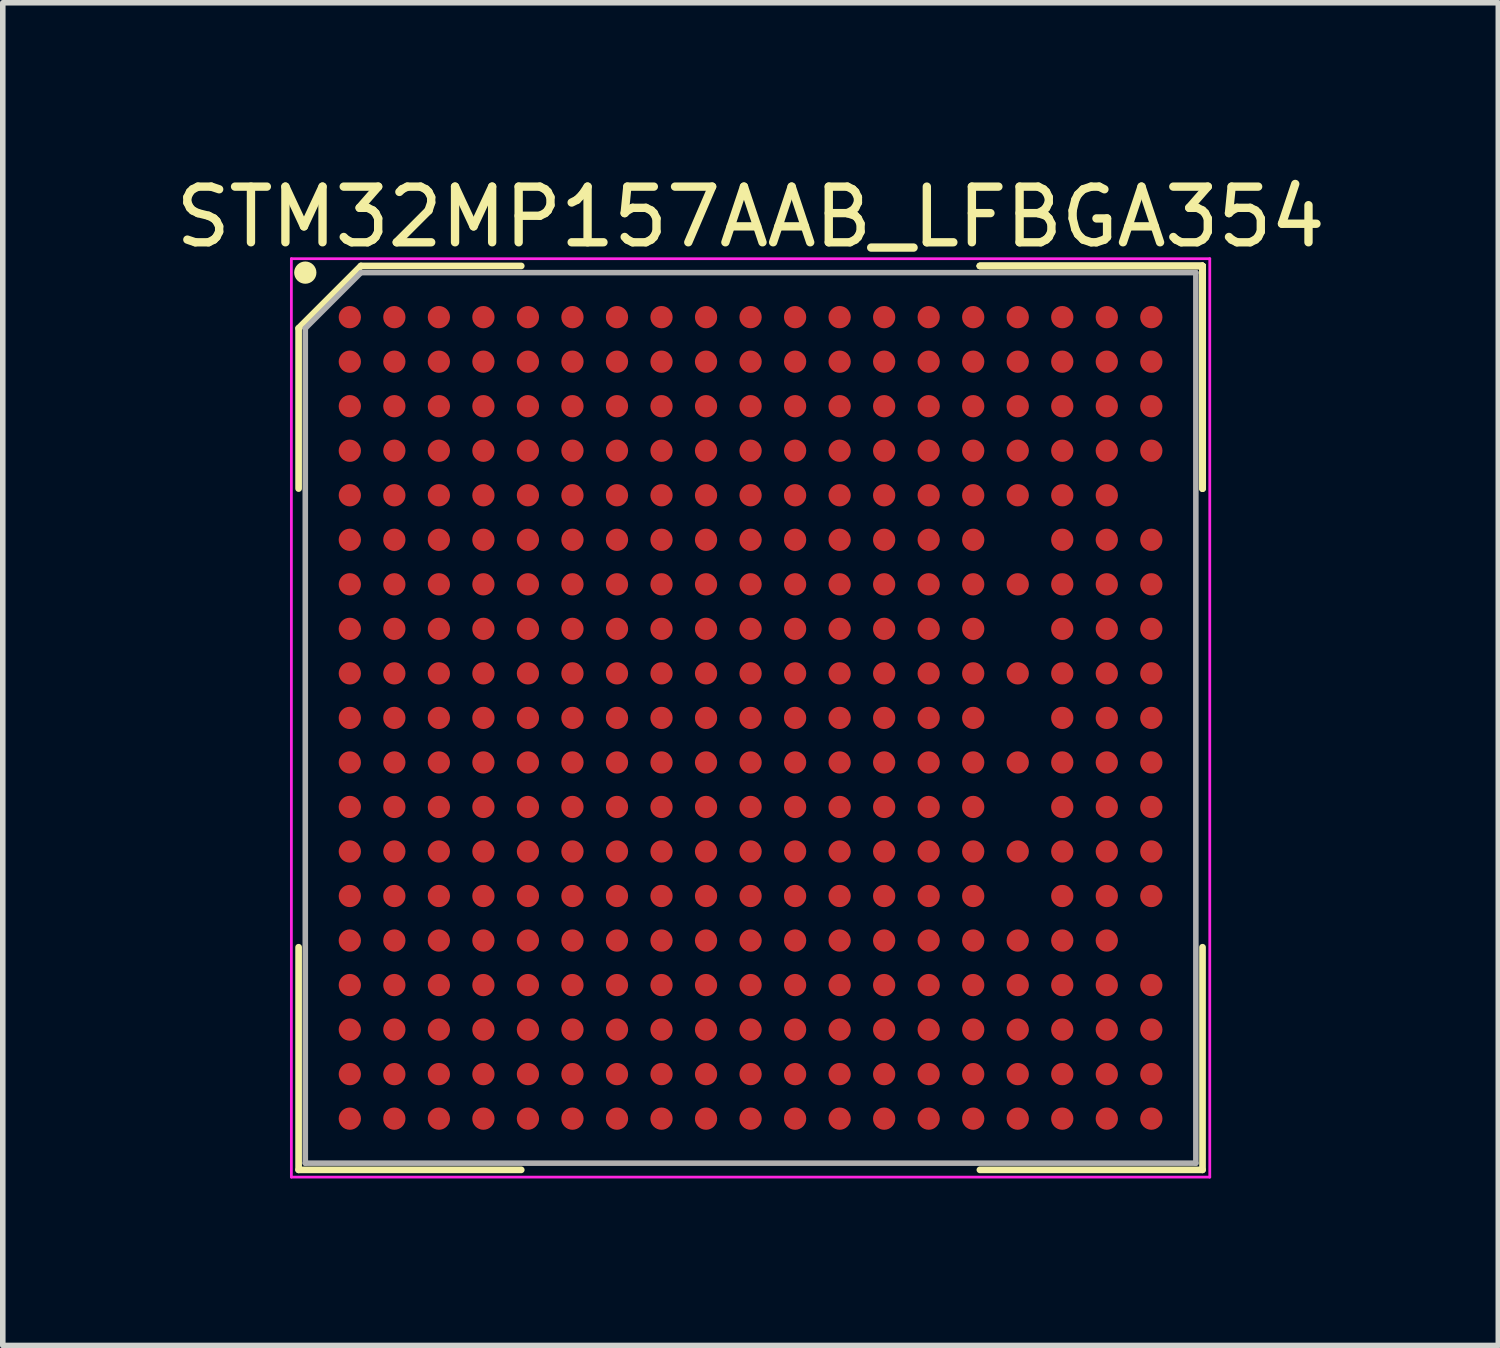
<source format=kicad_pcb>
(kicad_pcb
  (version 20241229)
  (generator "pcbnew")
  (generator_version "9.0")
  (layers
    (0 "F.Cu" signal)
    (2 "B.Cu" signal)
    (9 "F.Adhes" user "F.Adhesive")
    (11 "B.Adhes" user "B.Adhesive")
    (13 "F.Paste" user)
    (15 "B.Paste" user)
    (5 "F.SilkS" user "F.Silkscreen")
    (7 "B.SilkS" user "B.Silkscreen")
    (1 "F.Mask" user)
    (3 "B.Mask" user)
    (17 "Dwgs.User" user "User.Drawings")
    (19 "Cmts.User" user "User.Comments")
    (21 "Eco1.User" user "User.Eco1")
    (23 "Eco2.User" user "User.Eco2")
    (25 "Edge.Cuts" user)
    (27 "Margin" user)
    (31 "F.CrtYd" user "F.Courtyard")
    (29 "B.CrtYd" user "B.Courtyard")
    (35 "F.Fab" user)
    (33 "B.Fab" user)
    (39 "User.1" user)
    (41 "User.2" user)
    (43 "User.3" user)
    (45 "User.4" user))
  (footprint "STM32MP157AAB_LFBGA354"
    (layer "F.Cu")
    (at 10.435 9.848)
    (property "Reference" "STM32MP157AAB_LFBGA354" (at 0 -9 0) (layer "F.SilkS") (effects (font (size 1 1) (thickness 0.15))))
    (attr through_hole)
    (fp_line (start -8.12 -7) (end -8.12 -4.12) (stroke (width 0.12) (type default)) (layer "F.SilkS"))
    (fp_line (start -8.12 8.12) (end -8.12 4.12) (stroke (width 0.12) (type default)) (layer "F.SilkS"))
    (fp_line (start -7 -8.12) (end -8.12 -7) (stroke (width 0.12) (type default)) (layer "F.SilkS"))
    (fp_line (start -4.12 -8.12) (end -7 -8.12) (stroke (width 0.12) (type default)) (layer "F.SilkS"))
    (fp_line (start -4.12 8.12) (end -8.12 8.12) (stroke (width 0.12) (type default)) (layer "F.SilkS"))
    (fp_line (start 4.12 -8.12) (end 8.12 -8.12) (stroke (width 0.12) (type default)) (layer "F.SilkS"))
    (fp_line (start 4.12 -8.12) (end 8.12 -8.12) (stroke (width 0.12) (type default)) (layer "F.SilkS"))
    (fp_line (start 4.12 -8.12) (end 8.12 -8.12) (stroke (width 0.12) (type default)) (layer "F.SilkS"))
    (fp_line (start 4.12 8.12) (end 8.12 8.12) (stroke (width 0.12) (type default)) (layer "F.SilkS"))
    (fp_line (start 8.12 -8.12) (end 8.12 -4.12) (stroke (width 0.12) (type default)) (layer "F.SilkS"))
    (fp_line (start 8.12 -8.12) (end 8.12 -4.12) (stroke (width 0.12) (type default)) (layer "F.SilkS"))
    (fp_line (start 8.12 -8.12) (end 8.12 -4.12) (stroke (width 0.12) (type default)) (layer "F.SilkS"))
    (fp_line (start 8.12 8.12) (end 8.12 4.12) (stroke (width 0.12) (type default)) (layer "F.SilkS"))
    (fp_circle (center -8 -8) (end -8 -7.9) (stroke (width 0.2) (type default)) (fill no) (layer "F.SilkS"))
    (fp_line (start -8.25 -8.25) (end 8.25 -8.25) (stroke (width 0.05) (type default)) (layer "F.CrtYd"))
    (fp_line (start -8.25 8.25) (end -8.25 -8.25) (stroke (width 0.05) (type default)) (layer "F.CrtYd"))
    (fp_line (start 8.25 -8.25) (end 8.25 8.25) (stroke (width 0.05) (type default)) (layer "F.CrtYd"))
    (fp_line (start 8.25 8.25) (end -8.25 8.25) (stroke (width 0.05) (type default)) (layer "F.CrtYd"))
    (fp_line (start -8 -7) (end -8 8) (stroke (width 0.1) (type default)) (layer "F.Fab"))
    (fp_line (start -8 8) (end 8 8) (stroke (width 0.1) (type default)) (layer "F.Fab"))
    (fp_line (start -7 -8) (end -8 -7) (stroke (width 0.1) (type default)) (layer "F.Fab"))
    (fp_line (start 8 -8) (end -7 -8) (stroke (width 0.1) (type default)) (layer "F.Fab"))
    (fp_line (start 8 8) (end 8 -8) (stroke (width 0.1) (type default)) (layer "F.Fab"))
    (pad "A1" smd circle (at -7.2 -7.2) (size 0.4 0.4) (layers "F.Cu" "F.Mask" "F.Paste"))
    (pad "A2" smd circle (at -6.4 -7.2) (size 0.4 0.4) (layers "F.Cu" "F.Mask" "F.Paste"))
    (pad "A3" smd circle (at -5.6 -7.2) (size 0.4 0.4) (layers "F.Cu" "F.Mask" "F.Paste"))
    (pad "A4" smd circle (at -4.8 -7.2) (size 0.4 0.4) (layers "F.Cu" "F.Mask" "F.Paste"))
    (pad "A5" smd circle (at -4 -7.2) (size 0.4 0.4) (layers "F.Cu" "F.Mask" "F.Paste"))
    (pad "A6" smd circle (at -3.2 -7.2) (size 0.4 0.4) (layers "F.Cu" "F.Mask" "F.Paste"))
    (pad "A7" smd circle (at -2.4 -7.2) (size 0.4 0.4) (layers "F.Cu" "F.Mask" "F.Paste"))
    (pad "A8" smd circle (at -1.6 -7.2) (size 0.4 0.4) (layers "F.Cu" "F.Mask" "F.Paste"))
    (pad "A9" smd circle (at -0.8 -7.2) (size 0.4 0.4) (layers "F.Cu" "F.Mask" "F.Paste"))
    (pad "A10" smd circle (at 0 -7.2) (size 0.4 0.4) (layers "F.Cu" "F.Mask" "F.Paste"))
    (pad "A11" smd circle (at 0.8 -7.2) (size 0.4 0.4) (layers "F.Cu" "F.Mask" "F.Paste"))
    (pad "A12" smd circle (at 1.6 -7.2) (size 0.4 0.4) (layers "F.Cu" "F.Mask" "F.Paste"))
    (pad "A13" smd circle (at 2.4 -7.2) (size 0.4 0.4) (layers "F.Cu" "F.Mask" "F.Paste"))
    (pad "A14" smd circle (at 3.2 -7.2) (size 0.4 0.4) (layers "F.Cu" "F.Mask" "F.Paste"))
    (pad "A15" smd circle (at 4 -7.2) (size 0.4 0.4) (layers "F.Cu" "F.Mask" "F.Paste"))
    (pad "A16" smd circle (at 4.8 -7.2) (size 0.4 0.4) (layers "F.Cu" "F.Mask" "F.Paste"))
    (pad "A17" smd circle (at 5.6 -7.2) (size 0.4 0.4) (layers "F.Cu" "F.Mask" "F.Paste"))
    (pad "A18" smd circle (at 6.4 -7.2) (size 0.4 0.4) (layers "F.Cu" "F.Mask" "F.Paste"))
    (pad "A19" smd circle (at 7.2 -7.2) (size 0.4 0.4) (layers "F.Cu" "F.Mask" "F.Paste"))
    (pad "B1" smd circle (at -7.2 -6.4) (size 0.4 0.4) (layers "F.Cu" "F.Mask" "F.Paste"))
    (pad "B2" smd circle (at -6.4 -6.4) (size 0.4 0.4) (layers "F.Cu" "F.Mask" "F.Paste"))
    (pad "B3" smd circle (at -5.6 -6.4) (size 0.4 0.4) (layers "F.Cu" "F.Mask" "F.Paste"))
    (pad "B4" smd circle (at -4.8 -6.4) (size 0.4 0.4) (layers "F.Cu" "F.Mask" "F.Paste"))
    (pad "B5" smd circle (at -4 -6.4) (size 0.4 0.4) (layers "F.Cu" "F.Mask" "F.Paste"))
    (pad "B6" smd circle (at -3.2 -6.4) (size 0.4 0.4) (layers "F.Cu" "F.Mask" "F.Paste"))
    (pad "B7" smd circle (at -2.4 -6.4) (size 0.4 0.4) (layers "F.Cu" "F.Mask" "F.Paste"))
    (pad "B8" smd circle (at -1.6 -6.4) (size 0.4 0.4) (layers "F.Cu" "F.Mask" "F.Paste"))
    (pad "B9" smd circle (at -0.8 -6.4) (size 0.4 0.4) (layers "F.Cu" "F.Mask" "F.Paste"))
    (pad "B10" smd circle (at 0 -6.4) (size 0.4 0.4) (layers "F.Cu" "F.Mask" "F.Paste"))
    (pad "B11" smd circle (at 0.8 -6.4) (size 0.4 0.4) (layers "F.Cu" "F.Mask" "F.Paste"))
    (pad "B12" smd circle (at 1.6 -6.4) (size 0.4 0.4) (layers "F.Cu" "F.Mask" "F.Paste"))
    (pad "B13" smd circle (at 2.4 -6.4) (size 0.4 0.4) (layers "F.Cu" "F.Mask" "F.Paste"))
    (pad "B14" smd circle (at 3.2 -6.4) (size 0.4 0.4) (layers "F.Cu" "F.Mask" "F.Paste"))
    (pad "B15" smd circle (at 4 -6.4) (size 0.4 0.4) (layers "F.Cu" "F.Mask" "F.Paste"))
    (pad "B16" smd circle (at 4.8 -6.4) (size 0.4 0.4) (layers "F.Cu" "F.Mask" "F.Paste"))
    (pad "B17" smd circle (at 5.6 -6.4) (size 0.4 0.4) (layers "F.Cu" "F.Mask" "F.Paste"))
    (pad "B18" smd circle (at 6.4 -6.4) (size 0.4 0.4) (layers "F.Cu" "F.Mask" "F.Paste"))
    (pad "B19" smd circle (at 7.2 -6.4) (size 0.4 0.4) (layers "F.Cu" "F.Mask" "F.Paste"))
    (pad "C1" smd circle (at -7.2 -5.6) (size 0.4 0.4) (layers "F.Cu" "F.Mask" "F.Paste"))
    (pad "C2" smd circle (at -6.4 -5.6) (size 0.4 0.4) (layers "F.Cu" "F.Mask" "F.Paste"))
    (pad "C3" smd circle (at -5.6 -5.6) (size 0.4 0.4) (layers "F.Cu" "F.Mask" "F.Paste"))
    (pad "C4" smd circle (at -4.8 -5.6) (size 0.4 0.4) (layers "F.Cu" "F.Mask" "F.Paste"))
    (pad "C5" smd circle (at -4 -5.6) (size 0.4 0.4) (layers "F.Cu" "F.Mask" "F.Paste"))
    (pad "C6" smd circle (at -3.2 -5.6) (size 0.4 0.4) (layers "F.Cu" "F.Mask" "F.Paste"))
    (pad "C7" smd circle (at -2.4 -5.6) (size 0.4 0.4) (layers "F.Cu" "F.Mask" "F.Paste"))
    (pad "C8" smd circle (at -1.6 -5.6) (size 0.4 0.4) (layers "F.Cu" "F.Mask" "F.Paste"))
    (pad "C9" smd circle (at -0.8 -5.6) (size 0.4 0.4) (layers "F.Cu" "F.Mask" "F.Paste"))
    (pad "C10" smd circle (at 0 -5.6) (size 0.4 0.4) (layers "F.Cu" "F.Mask" "F.Paste"))
    (pad "C11" smd circle (at 0.8 -5.6) (size 0.4 0.4) (layers "F.Cu" "F.Mask" "F.Paste"))
    (pad "C12" smd circle (at 1.6 -5.6) (size 0.4 0.4) (layers "F.Cu" "F.Mask" "F.Paste"))
    (pad "C13" smd circle (at 2.4 -5.6) (size 0.4 0.4) (layers "F.Cu" "F.Mask" "F.Paste"))
    (pad "C14" smd circle (at 3.2 -5.6) (size 0.4 0.4) (layers "F.Cu" "F.Mask" "F.Paste"))
    (pad "C15" smd circle (at 4 -5.6) (size 0.4 0.4) (layers "F.Cu" "F.Mask" "F.Paste"))
    (pad "C16" smd circle (at 4.8 -5.6) (size 0.4 0.4) (layers "F.Cu" "F.Mask" "F.Paste"))
    (pad "C17" smd circle (at 5.6 -5.6) (size 0.4 0.4) (layers "F.Cu" "F.Mask" "F.Paste"))
    (pad "C18" smd circle (at 6.4 -5.6) (size 0.4 0.4) (layers "F.Cu" "F.Mask" "F.Paste"))
    (pad "C19" smd circle (at 7.2 -5.6) (size 0.4 0.4) (layers "F.Cu" "F.Mask" "F.Paste"))
    (pad "D1" smd circle (at -7.2 -4.8) (size 0.4 0.4) (layers "F.Cu" "F.Mask" "F.Paste"))
    (pad "D2" smd circle (at -6.4 -4.8) (size 0.4 0.4) (layers "F.Cu" "F.Mask" "F.Paste"))
    (pad "D3" smd circle (at -5.6 -4.8) (size 0.4 0.4) (layers "F.Cu" "F.Mask" "F.Paste"))
    (pad "D4" smd circle (at -4.8 -4.8) (size 0.4 0.4) (layers "F.Cu" "F.Mask" "F.Paste"))
    (pad "D5" smd circle (at -4 -4.8) (size 0.4 0.4) (layers "F.Cu" "F.Mask" "F.Paste"))
    (pad "D6" smd circle (at -3.2 -4.8) (size 0.4 0.4) (layers "F.Cu" "F.Mask" "F.Paste"))
    (pad "D7" smd circle (at -2.4 -4.8) (size 0.4 0.4) (layers "F.Cu" "F.Mask" "F.Paste"))
    (pad "D8" smd circle (at -1.6 -4.8) (size 0.4 0.4) (layers "F.Cu" "F.Mask" "F.Paste"))
    (pad "D9" smd circle (at -0.8 -4.8) (size 0.4 0.4) (layers "F.Cu" "F.Mask" "F.Paste"))
    (pad "D10" smd circle (at 0 -4.8) (size 0.4 0.4) (layers "F.Cu" "F.Mask" "F.Paste"))
    (pad "D11" smd circle (at 0.8 -4.8) (size 0.4 0.4) (layers "F.Cu" "F.Mask" "F.Paste"))
    (pad "D12" smd circle (at 1.6 -4.8) (size 0.4 0.4) (layers "F.Cu" "F.Mask" "F.Paste"))
    (pad "D13" smd circle (at 2.4 -4.8) (size 0.4 0.4) (layers "F.Cu" "F.Mask" "F.Paste"))
    (pad "D14" smd circle (at 3.2 -4.8) (size 0.4 0.4) (layers "F.Cu" "F.Mask" "F.Paste"))
    (pad "D15" smd circle (at 4 -4.8) (size 0.4 0.4) (layers "F.Cu" "F.Mask" "F.Paste"))
    (pad "D16" smd circle (at 4.8 -4.8) (size 0.4 0.4) (layers "F.Cu" "F.Mask" "F.Paste"))
    (pad "D17" smd circle (at 5.6 -4.8) (size 0.4 0.4) (layers "F.Cu" "F.Mask" "F.Paste"))
    (pad "D18" smd circle (at 6.4 -4.8) (size 0.4 0.4) (layers "F.Cu" "F.Mask" "F.Paste"))
    (pad "D19" smd circle (at 7.2 -4.8) (size 0.4 0.4) (layers "F.Cu" "F.Mask" "F.Paste"))
    (pad "E1" smd circle (at -7.2 -4) (size 0.4 0.4) (layers "F.Cu" "F.Mask" "F.Paste"))
    (pad "E2" smd circle (at -6.4 -4) (size 0.4 0.4) (layers "F.Cu" "F.Mask" "F.Paste"))
    (pad "E3" smd circle (at -5.6 -4) (size 0.4 0.4) (layers "F.Cu" "F.Mask" "F.Paste"))
    (pad "E4" smd circle (at -4.8 -4) (size 0.4 0.4) (layers "F.Cu" "F.Mask" "F.Paste"))
    (pad "E5" smd circle (at -4 -4) (size 0.4 0.4) (layers "F.Cu" "F.Mask" "F.Paste"))
    (pad "E6" smd circle (at -3.2 -4) (size 0.4 0.4) (layers "F.Cu" "F.Mask" "F.Paste"))
    (pad "E7" smd circle (at -2.4 -4) (size 0.4 0.4) (layers "F.Cu" "F.Mask" "F.Paste"))
    (pad "E8" smd circle (at -1.6 -4) (size 0.4 0.4) (layers "F.Cu" "F.Mask" "F.Paste"))
    (pad "E9" smd circle (at -0.8 -4) (size 0.4 0.4) (layers "F.Cu" "F.Mask" "F.Paste"))
    (pad "E10" smd circle (at 0 -4) (size 0.4 0.4) (layers "F.Cu" "F.Mask" "F.Paste"))
    (pad "E11" smd circle (at 0.8 -4) (size 0.4 0.4) (layers "F.Cu" "F.Mask" "F.Paste"))
    (pad "E12" smd circle (at 1.6 -4) (size 0.4 0.4) (layers "F.Cu" "F.Mask" "F.Paste"))
    (pad "E13" smd circle (at 2.4 -4) (size 0.4 0.4) (layers "F.Cu" "F.Mask" "F.Paste"))
    (pad "E14" smd circle (at 3.2 -4) (size 0.4 0.4) (layers "F.Cu" "F.Mask" "F.Paste"))
    (pad "E15" smd circle (at 4 -4) (size 0.4 0.4) (layers "F.Cu" "F.Mask" "F.Paste"))
    (pad "E16" smd circle (at 4.8 -4) (size 0.4 0.4) (layers "F.Cu" "F.Mask" "F.Paste"))
    (pad "E17" smd circle (at 5.6 -4) (size 0.4 0.4) (layers "F.Cu" "F.Mask" "F.Paste"))
    (pad "E18" smd circle (at 6.4 -4) (size 0.4 0.4) (layers "F.Cu" "F.Mask" "F.Paste"))
    (pad "F1" smd circle (at -7.2 -3.2) (size 0.4 0.4) (layers "F.Cu" "F.Mask" "F.Paste"))
    (pad "F2" smd circle (at -6.4 -3.2) (size 0.4 0.4) (layers "F.Cu" "F.Mask" "F.Paste"))
    (pad "F3" smd circle (at -5.6 -3.2) (size 0.4 0.4) (layers "F.Cu" "F.Mask" "F.Paste"))
    (pad "F4" smd circle (at -4.8 -3.2) (size 0.4 0.4) (layers "F.Cu" "F.Mask" "F.Paste"))
    (pad "F5" smd circle (at -4 -3.2) (size 0.4 0.4) (layers "F.Cu" "F.Mask" "F.Paste"))
    (pad "F6" smd circle (at -3.2 -3.2) (size 0.4 0.4) (layers "F.Cu" "F.Mask" "F.Paste"))
    (pad "F7" smd circle (at -2.4 -3.2) (size 0.4 0.4) (layers "F.Cu" "F.Mask" "F.Paste"))
    (pad "F8" smd circle (at -1.6 -3.2) (size 0.4 0.4) (layers "F.Cu" "F.Mask" "F.Paste"))
    (pad "F9" smd circle (at -0.8 -3.2) (size 0.4 0.4) (layers "F.Cu" "F.Mask" "F.Paste"))
    (pad "F10" smd circle (at 0 -3.2) (size 0.4 0.4) (layers "F.Cu" "F.Mask" "F.Paste"))
    (pad "F11" smd circle (at 0.8 -3.2) (size 0.4 0.4) (layers "F.Cu" "F.Mask" "F.Paste"))
    (pad "F12" smd circle (at 1.6 -3.2) (size 0.4 0.4) (layers "F.Cu" "F.Mask" "F.Paste"))
    (pad "F13" smd circle (at 2.4 -3.2) (size 0.4 0.4) (layers "F.Cu" "F.Mask" "F.Paste"))
    (pad "F14" smd circle (at 3.2 -3.2) (size 0.4 0.4) (layers "F.Cu" "F.Mask" "F.Paste"))
    (pad "F15" smd circle (at 4 -3.2) (size 0.4 0.4) (layers "F.Cu" "F.Mask" "F.Paste"))
    (pad "F17" smd circle (at 5.6 -3.2) (size 0.4 0.4) (layers "F.Cu" "F.Mask" "F.Paste"))
    (pad "F18" smd circle (at 6.4 -3.2) (size 0.4 0.4) (layers "F.Cu" "F.Mask" "F.Paste"))
    (pad "F19" smd circle (at 7.2 -3.2) (size 0.4 0.4) (layers "F.Cu" "F.Mask" "F.Paste"))
    (pad "G1" smd circle (at -7.2 -2.4) (size 0.4 0.4) (layers "F.Cu" "F.Mask" "F.Paste"))
    (pad "G2" smd circle (at -6.4 -2.4) (size 0.4 0.4) (layers "F.Cu" "F.Mask" "F.Paste"))
    (pad "G3" smd circle (at -5.6 -2.4) (size 0.4 0.4) (layers "F.Cu" "F.Mask" "F.Paste"))
    (pad "G4" smd circle (at -4.8 -2.4) (size 0.4 0.4) (layers "F.Cu" "F.Mask" "F.Paste"))
    (pad "G5" smd circle (at -4 -2.4) (size 0.4 0.4) (layers "F.Cu" "F.Mask" "F.Paste"))
    (pad "G6" smd circle (at -3.2 -2.4) (size 0.4 0.4) (layers "F.Cu" "F.Mask" "F.Paste"))
    (pad "G7" smd circle (at -2.4 -2.4) (size 0.4 0.4) (layers "F.Cu" "F.Mask" "F.Paste"))
    (pad "G8" smd circle (at -1.6 -2.4) (size 0.4 0.4) (layers "F.Cu" "F.Mask" "F.Paste"))
    (pad "G9" smd circle (at -0.8 -2.4) (size 0.4 0.4) (layers "F.Cu" "F.Mask" "F.Paste"))
    (pad "G10" smd circle (at 0 -2.4) (size 0.4 0.4) (layers "F.Cu" "F.Mask" "F.Paste"))
    (pad "G11" smd circle (at 0.8 -2.4) (size 0.4 0.4) (layers "F.Cu" "F.Mask" "F.Paste"))
    (pad "G12" smd circle (at 1.6 -2.4) (size 0.4 0.4) (layers "F.Cu" "F.Mask" "F.Paste"))
    (pad "G13" smd circle (at 2.4 -2.4) (size 0.4 0.4) (layers "F.Cu" "F.Mask" "F.Paste"))
    (pad "G14" smd circle (at 3.2 -2.4) (size 0.4 0.4) (layers "F.Cu" "F.Mask" "F.Paste"))
    (pad "G15" smd circle (at 4 -2.4) (size 0.4 0.4) (layers "F.Cu" "F.Mask" "F.Paste"))
    (pad "G16" smd circle (at 4.8 -2.4) (size 0.4 0.4) (layers "F.Cu" "F.Mask" "F.Paste"))
    (pad "G17" smd circle (at 5.6 -2.4) (size 0.4 0.4) (layers "F.Cu" "F.Mask" "F.Paste"))
    (pad "G18" smd circle (at 6.4 -2.4) (size 0.4 0.4) (layers "F.Cu" "F.Mask" "F.Paste"))
    (pad "G19" smd circle (at 7.2 -2.4) (size 0.4 0.4) (layers "F.Cu" "F.Mask" "F.Paste"))
    (pad "H1" smd circle (at -7.2 -1.6) (size 0.4 0.4) (layers "F.Cu" "F.Mask" "F.Paste"))
    (pad "H2" smd circle (at -6.4 -1.6) (size 0.4 0.4) (layers "F.Cu" "F.Mask" "F.Paste"))
    (pad "H3" smd circle (at -5.6 -1.6) (size 0.4 0.4) (layers "F.Cu" "F.Mask" "F.Paste"))
    (pad "H4" smd circle (at -4.8 -1.6) (size 0.4 0.4) (layers "F.Cu" "F.Mask" "F.Paste"))
    (pad "H5" smd circle (at -4 -1.6) (size 0.4 0.4) (layers "F.Cu" "F.Mask" "F.Paste"))
    (pad "H6" smd circle (at -3.2 -1.6) (size 0.4 0.4) (layers "F.Cu" "F.Mask" "F.Paste"))
    (pad "H7" smd circle (at -2.4 -1.6) (size 0.4 0.4) (layers "F.Cu" "F.Mask" "F.Paste"))
    (pad "H8" smd circle (at -1.6 -1.6) (size 0.4 0.4) (layers "F.Cu" "F.Mask" "F.Paste"))
    (pad "H9" smd circle (at -0.8 -1.6) (size 0.4 0.4) (layers "F.Cu" "F.Mask" "F.Paste"))
    (pad "H10" smd circle (at 0 -1.6) (size 0.4 0.4) (layers "F.Cu" "F.Mask" "F.Paste"))
    (pad "H11" smd circle (at 0.8 -1.6) (size 0.4 0.4) (layers "F.Cu" "F.Mask" "F.Paste"))
    (pad "H12" smd circle (at 1.6 -1.6) (size 0.4 0.4) (layers "F.Cu" "F.Mask" "F.Paste"))
    (pad "H13" smd circle (at 2.4 -1.6) (size 0.4 0.4) (layers "F.Cu" "F.Mask" "F.Paste"))
    (pad "H14" smd circle (at 3.2 -1.6) (size 0.4 0.4) (layers "F.Cu" "F.Mask" "F.Paste"))
    (pad "H15" smd circle (at 4 -1.6) (size 0.4 0.4) (layers "F.Cu" "F.Mask" "F.Paste"))
    (pad "H17" smd circle (at 5.6 -1.6) (size 0.4 0.4) (layers "F.Cu" "F.Mask" "F.Paste"))
    (pad "H18" smd circle (at 6.4 -1.6) (size 0.4 0.4) (layers "F.Cu" "F.Mask" "F.Paste"))
    (pad "H19" smd circle (at 7.2 -1.6) (size 0.4 0.4) (layers "F.Cu" "F.Mask" "F.Paste"))
    (pad "J1" smd circle (at -7.2 -0.8) (size 0.4 0.4) (layers "F.Cu" "F.Mask" "F.Paste"))
    (pad "J2" smd circle (at -6.4 -0.8) (size 0.4 0.4) (layers "F.Cu" "F.Mask" "F.Paste"))
    (pad "J3" smd circle (at -5.6 -0.8) (size 0.4 0.4) (layers "F.Cu" "F.Mask" "F.Paste"))
    (pad "J4" smd circle (at -4.8 -0.8) (size 0.4 0.4) (layers "F.Cu" "F.Mask" "F.Paste"))
    (pad "J5" smd circle (at -4 -0.8) (size 0.4 0.4) (layers "F.Cu" "F.Mask" "F.Paste"))
    (pad "J6" smd circle (at -3.2 -0.8) (size 0.4 0.4) (layers "F.Cu" "F.Mask" "F.Paste"))
    (pad "J7" smd circle (at -2.4 -0.8) (size 0.4 0.4) (layers "F.Cu" "F.Mask" "F.Paste"))
    (pad "J8" smd circle (at -1.6 -0.8) (size 0.4 0.4) (layers "F.Cu" "F.Mask" "F.Paste"))
    (pad "J9" smd circle (at -0.8 -0.8) (size 0.4 0.4) (layers "F.Cu" "F.Mask" "F.Paste"))
    (pad "J10" smd circle (at 0 -0.8) (size 0.4 0.4) (layers "F.Cu" "F.Mask" "F.Paste"))
    (pad "J11" smd circle (at 0.8 -0.8) (size 0.4 0.4) (layers "F.Cu" "F.Mask" "F.Paste"))
    (pad "J12" smd circle (at 1.6 -0.8) (size 0.4 0.4) (layers "F.Cu" "F.Mask" "F.Paste"))
    (pad "J13" smd circle (at 2.4 -0.8) (size 0.4 0.4) (layers "F.Cu" "F.Mask" "F.Paste"))
    (pad "J14" smd circle (at 3.2 -0.8) (size 0.4 0.4) (layers "F.Cu" "F.Mask" "F.Paste"))
    (pad "J15" smd circle (at 4 -0.8) (size 0.4 0.4) (layers "F.Cu" "F.Mask" "F.Paste"))
    (pad "J16" smd circle (at 4.8 -0.8) (size 0.4 0.4) (layers "F.Cu" "F.Mask" "F.Paste"))
    (pad "J17" smd circle (at 5.6 -0.8) (size 0.4 0.4) (layers "F.Cu" "F.Mask" "F.Paste"))
    (pad "J18" smd circle (at 6.4 -0.8) (size 0.4 0.4) (layers "F.Cu" "F.Mask" "F.Paste"))
    (pad "J19" smd circle (at 7.2 -0.8) (size 0.4 0.4) (layers "F.Cu" "F.Mask" "F.Paste"))
    (pad "K1" smd circle (at -7.2 0) (size 0.4 0.4) (layers "F.Cu" "F.Mask" "F.Paste"))
    (pad "K2" smd circle (at -6.4 0) (size 0.4 0.4) (layers "F.Cu" "F.Mask" "F.Paste"))
    (pad "K3" smd circle (at -5.6 0) (size 0.4 0.4) (layers "F.Cu" "F.Mask" "F.Paste"))
    (pad "K4" smd circle (at -4.8 0) (size 0.4 0.4) (layers "F.Cu" "F.Mask" "F.Paste"))
    (pad "K5" smd circle (at -4 0) (size 0.4 0.4) (layers "F.Cu" "F.Mask" "F.Paste"))
    (pad "K6" smd circle (at -3.2 0) (size 0.4 0.4) (layers "F.Cu" "F.Mask" "F.Paste"))
    (pad "K7" smd circle (at -2.4 0) (size 0.4 0.4) (layers "F.Cu" "F.Mask" "F.Paste"))
    (pad "K8" smd circle (at -1.6 0) (size 0.4 0.4) (layers "F.Cu" "F.Mask" "F.Paste"))
    (pad "K9" smd circle (at -0.8 0) (size 0.4 0.4) (layers "F.Cu" "F.Mask" "F.Paste"))
    (pad "K10" smd circle (at 0 0) (size 0.4 0.4) (layers "F.Cu" "F.Mask" "F.Paste"))
    (pad "K11" smd circle (at 0.8 0) (size 0.4 0.4) (layers "F.Cu" "F.Mask" "F.Paste"))
    (pad "K12" smd circle (at 1.6 0) (size 0.4 0.4) (layers "F.Cu" "F.Mask" "F.Paste"))
    (pad "K13" smd circle (at 2.4 0) (size 0.4 0.4) (layers "F.Cu" "F.Mask" "F.Paste"))
    (pad "K14" smd circle (at 3.2 0) (size 0.4 0.4) (layers "F.Cu" "F.Mask" "F.Paste"))
    (pad "K15" smd circle (at 4 0) (size 0.4 0.4) (layers "F.Cu" "F.Mask" "F.Paste"))
    (pad "K17" smd circle (at 5.6 0) (size 0.4 0.4) (layers "F.Cu" "F.Mask" "F.Paste"))
    (pad "K18" smd circle (at 6.4 0) (size 0.4 0.4) (layers "F.Cu" "F.Mask" "F.Paste"))
    (pad "K19" smd circle (at 7.2 0) (size 0.4 0.4) (layers "F.Cu" "F.Mask" "F.Paste"))
    (pad "L1" smd circle (at -7.2 0.8) (size 0.4 0.4) (layers "F.Cu" "F.Mask" "F.Paste"))
    (pad "L2" smd circle (at -6.4 0.8) (size 0.4 0.4) (layers "F.Cu" "F.Mask" "F.Paste"))
    (pad "L3" smd circle (at -5.6 0.8) (size 0.4 0.4) (layers "F.Cu" "F.Mask" "F.Paste"))
    (pad "L4" smd circle (at -4.8 0.8) (size 0.4 0.4) (layers "F.Cu" "F.Mask" "F.Paste"))
    (pad "L5" smd circle (at -4 0.8) (size 0.4 0.4) (layers "F.Cu" "F.Mask" "F.Paste"))
    (pad "L6" smd circle (at -3.2 0.8) (size 0.4 0.4) (layers "F.Cu" "F.Mask" "F.Paste"))
    (pad "L7" smd circle (at -2.4 0.8) (size 0.4 0.4) (layers "F.Cu" "F.Mask" "F.Paste"))
    (pad "L8" smd circle (at -1.6 0.8) (size 0.4 0.4) (layers "F.Cu" "F.Mask" "F.Paste"))
    (pad "L9" smd circle (at -0.8 0.8) (size 0.4 0.4) (layers "F.Cu" "F.Mask" "F.Paste"))
    (pad "L10" smd circle (at 0 0.8) (size 0.4 0.4) (layers "F.Cu" "F.Mask" "F.Paste"))
    (pad "L11" smd circle (at 0.8 0.8) (size 0.4 0.4) (layers "F.Cu" "F.Mask" "F.Paste"))
    (pad "L12" smd circle (at 1.6 0.8) (size 0.4 0.4) (layers "F.Cu" "F.Mask" "F.Paste"))
    (pad "L13" smd circle (at 2.4 0.8) (size 0.4 0.4) (layers "F.Cu" "F.Mask" "F.Paste"))
    (pad "L14" smd circle (at 3.2 0.8) (size 0.4 0.4) (layers "F.Cu" "F.Mask" "F.Paste"))
    (pad "L15" smd circle (at 4 0.8) (size 0.4 0.4) (layers "F.Cu" "F.Mask" "F.Paste"))
    (pad "L16" smd circle (at 4.8 0.8) (size 0.4 0.4) (layers "F.Cu" "F.Mask" "F.Paste"))
    (pad "L17" smd circle (at 5.6 0.8) (size 0.4 0.4) (layers "F.Cu" "F.Mask" "F.Paste"))
    (pad "L18" smd circle (at 6.4 0.8) (size 0.4 0.4) (layers "F.Cu" "F.Mask" "F.Paste"))
    (pad "L19" smd circle (at 7.2 0.8) (size 0.4 0.4) (layers "F.Cu" "F.Mask" "F.Paste"))
    (pad "M1" smd circle (at -7.2 1.6) (size 0.4 0.4) (layers "F.Cu" "F.Mask" "F.Paste"))
    (pad "M2" smd circle (at -6.4 1.6) (size 0.4 0.4) (layers "F.Cu" "F.Mask" "F.Paste"))
    (pad "M3" smd circle (at -5.6 1.6) (size 0.4 0.4) (layers "F.Cu" "F.Mask" "F.Paste"))
    (pad "M4" smd circle (at -4.8 1.6) (size 0.4 0.4) (layers "F.Cu" "F.Mask" "F.Paste"))
    (pad "M5" smd circle (at -4 1.6) (size 0.4 0.4) (layers "F.Cu" "F.Mask" "F.Paste"))
    (pad "M6" smd circle (at -3.2 1.6) (size 0.4 0.4) (layers "F.Cu" "F.Mask" "F.Paste"))
    (pad "M7" smd circle (at -2.4 1.6) (size 0.4 0.4) (layers "F.Cu" "F.Mask" "F.Paste"))
    (pad "M8" smd circle (at -1.6 1.6) (size 0.4 0.4) (layers "F.Cu" "F.Mask" "F.Paste"))
    (pad "M9" smd circle (at -0.8 1.6) (size 0.4 0.4) (layers "F.Cu" "F.Mask" "F.Paste"))
    (pad "M10" smd circle (at 0 1.6) (size 0.4 0.4) (layers "F.Cu" "F.Mask" "F.Paste"))
    (pad "M11" smd circle (at 0.8 1.6) (size 0.4 0.4) (layers "F.Cu" "F.Mask" "F.Paste"))
    (pad "M12" smd circle (at 1.6 1.6) (size 0.4 0.4) (layers "F.Cu" "F.Mask" "F.Paste"))
    (pad "M13" smd circle (at 2.4 1.6) (size 0.4 0.4) (layers "F.Cu" "F.Mask" "F.Paste"))
    (pad "M14" smd circle (at 3.2 1.6) (size 0.4 0.4) (layers "F.Cu" "F.Mask" "F.Paste"))
    (pad "M15" smd circle (at 4 1.6) (size 0.4 0.4) (layers "F.Cu" "F.Mask" "F.Paste"))
    (pad "M17" smd circle (at 5.6 1.6) (size 0.4 0.4) (layers "F.Cu" "F.Mask" "F.Paste"))
    (pad "M18" smd circle (at 6.4 1.6) (size 0.4 0.4) (layers "F.Cu" "F.Mask" "F.Paste"))
    (pad "M19" smd circle (at 7.2 1.6) (size 0.4 0.4) (layers "F.Cu" "F.Mask" "F.Paste"))
    (pad "N1" smd circle (at -7.2 2.4) (size 0.4 0.4) (layers "F.Cu" "F.Mask" "F.Paste"))
    (pad "N2" smd circle (at -6.4 2.4) (size 0.4 0.4) (layers "F.Cu" "F.Mask" "F.Paste"))
    (pad "N3" smd circle (at -5.6 2.4) (size 0.4 0.4) (layers "F.Cu" "F.Mask" "F.Paste"))
    (pad "N4" smd circle (at -4.8 2.4) (size 0.4 0.4) (layers "F.Cu" "F.Mask" "F.Paste"))
    (pad "N5" smd circle (at -4 2.4) (size 0.4 0.4) (layers "F.Cu" "F.Mask" "F.Paste"))
    (pad "N6" smd circle (at -3.2 2.4) (size 0.4 0.4) (layers "F.Cu" "F.Mask" "F.Paste"))
    (pad "N7" smd circle (at -2.4 2.4) (size 0.4 0.4) (layers "F.Cu" "F.Mask" "F.Paste"))
    (pad "N8" smd circle (at -1.6 2.4) (size 0.4 0.4) (layers "F.Cu" "F.Mask" "F.Paste"))
    (pad "N9" smd circle (at -0.8 2.4) (size 0.4 0.4) (layers "F.Cu" "F.Mask" "F.Paste"))
    (pad "N10" smd circle (at 0 2.4) (size 0.4 0.4) (layers "F.Cu" "F.Mask" "F.Paste"))
    (pad "N11" smd circle (at 0.8 2.4) (size 0.4 0.4) (layers "F.Cu" "F.Mask" "F.Paste"))
    (pad "N12" smd circle (at 1.6 2.4) (size 0.4 0.4) (layers "F.Cu" "F.Mask" "F.Paste"))
    (pad "N13" smd circle (at 2.4 2.4) (size 0.4 0.4) (layers "F.Cu" "F.Mask" "F.Paste"))
    (pad "N14" smd circle (at 3.2 2.4) (size 0.4 0.4) (layers "F.Cu" "F.Mask" "F.Paste"))
    (pad "N15" smd circle (at 4 2.4) (size 0.4 0.4) (layers "F.Cu" "F.Mask" "F.Paste"))
    (pad "N16" smd circle (at 4.8 2.4) (size 0.4 0.4) (layers "F.Cu" "F.Mask" "F.Paste"))
    (pad "N17" smd circle (at 5.6 2.4) (size 0.4 0.4) (layers "F.Cu" "F.Mask" "F.Paste"))
    (pad "N18" smd circle (at 6.4 2.4) (size 0.4 0.4) (layers "F.Cu" "F.Mask" "F.Paste"))
    (pad "N19" smd circle (at 7.2 2.4) (size 0.4 0.4) (layers "F.Cu" "F.Mask" "F.Paste"))
    (pad "P1" smd circle (at -7.2 3.2) (size 0.4 0.4) (layers "F.Cu" "F.Mask" "F.Paste"))
    (pad "P2" smd circle (at -6.4 3.2) (size 0.4 0.4) (layers "F.Cu" "F.Mask" "F.Paste"))
    (pad "P3" smd circle (at -5.6 3.2) (size 0.4 0.4) (layers "F.Cu" "F.Mask" "F.Paste"))
    (pad "P4" smd circle (at -4.8 3.2) (size 0.4 0.4) (layers "F.Cu" "F.Mask" "F.Paste"))
    (pad "P5" smd circle (at -4 3.2) (size 0.4 0.4) (layers "F.Cu" "F.Mask" "F.Paste"))
    (pad "P6" smd circle (at -3.2 3.2) (size 0.4 0.4) (layers "F.Cu" "F.Mask" "F.Paste"))
    (pad "P7" smd circle (at -2.4 3.2) (size 0.4 0.4) (layers "F.Cu" "F.Mask" "F.Paste"))
    (pad "P8" smd circle (at -1.6 3.2) (size 0.4 0.4) (layers "F.Cu" "F.Mask" "F.Paste"))
    (pad "P9" smd circle (at -0.8 3.2) (size 0.4 0.4) (layers "F.Cu" "F.Mask" "F.Paste"))
    (pad "P10" smd circle (at 0 3.2) (size 0.4 0.4) (layers "F.Cu" "F.Mask" "F.Paste"))
    (pad "P11" smd circle (at 0.8 3.2) (size 0.4 0.4) (layers "F.Cu" "F.Mask" "F.Paste"))
    (pad "P12" smd circle (at 1.6 3.2) (size 0.4 0.4) (layers "F.Cu" "F.Mask" "F.Paste"))
    (pad "P13" smd circle (at 2.4 3.2) (size 0.4 0.4) (layers "F.Cu" "F.Mask" "F.Paste"))
    (pad "P14" smd circle (at 3.2 3.2) (size 0.4 0.4) (layers "F.Cu" "F.Mask" "F.Paste"))
    (pad "P15" smd circle (at 4 3.2) (size 0.4 0.4) (layers "F.Cu" "F.Mask" "F.Paste"))
    (pad "P17" smd circle (at 5.6 3.2) (size 0.4 0.4) (layers "F.Cu" "F.Mask" "F.Paste"))
    (pad "P18" smd circle (at 6.4 3.2) (size 0.4 0.4) (layers "F.Cu" "F.Mask" "F.Paste"))
    (pad "P19" smd circle (at 7.2 3.2) (size 0.4 0.4) (layers "F.Cu" "F.Mask" "F.Paste"))
    (pad "R1" smd circle (at -7.2 4) (size 0.4 0.4) (layers "F.Cu" "F.Mask" "F.Paste"))
    (pad "R2" smd circle (at -6.4 4) (size 0.4 0.4) (layers "F.Cu" "F.Mask" "F.Paste"))
    (pad "R3" smd circle (at -5.6 4) (size 0.4 0.4) (layers "F.Cu" "F.Mask" "F.Paste"))
    (pad "R4" smd circle (at -4.8 4) (size 0.4 0.4) (layers "F.Cu" "F.Mask" "F.Paste"))
    (pad "R5" smd circle (at -4 4) (size 0.4 0.4) (layers "F.Cu" "F.Mask" "F.Paste"))
    (pad "R6" smd circle (at -3.2 4) (size 0.4 0.4) (layers "F.Cu" "F.Mask" "F.Paste"))
    (pad "R7" smd circle (at -2.4 4) (size 0.4 0.4) (layers "F.Cu" "F.Mask" "F.Paste"))
    (pad "R8" smd circle (at -1.6 4) (size 0.4 0.4) (layers "F.Cu" "F.Mask" "F.Paste"))
    (pad "R9" smd circle (at -0.8 4) (size 0.4 0.4) (layers "F.Cu" "F.Mask" "F.Paste"))
    (pad "R10" smd circle (at 0 4) (size 0.4 0.4) (layers "F.Cu" "F.Mask" "F.Paste"))
    (pad "R11" smd circle (at 0.8 4) (size 0.4 0.4) (layers "F.Cu" "F.Mask" "F.Paste"))
    (pad "R12" smd circle (at 1.6 4) (size 0.4 0.4) (layers "F.Cu" "F.Mask" "F.Paste"))
    (pad "R13" smd circle (at 2.4 4) (size 0.4 0.4) (layers "F.Cu" "F.Mask" "F.Paste"))
    (pad "R14" smd circle (at 3.2 4) (size 0.4 0.4) (layers "F.Cu" "F.Mask" "F.Paste"))
    (pad "R15" smd circle (at 4 4) (size 0.4 0.4) (layers "F.Cu" "F.Mask" "F.Paste"))
    (pad "R16" smd circle (at 4.8 4) (size 0.4 0.4) (layers "F.Cu" "F.Mask" "F.Paste"))
    (pad "R17" smd circle (at 5.6 4) (size 0.4 0.4) (layers "F.Cu" "F.Mask" "F.Paste"))
    (pad "R18" smd circle (at 6.4 4) (size 0.4 0.4) (layers "F.Cu" "F.Mask" "F.Paste"))
    (pad "T1" smd circle (at -7.2 4.8) (size 0.4 0.4) (layers "F.Cu" "F.Mask" "F.Paste"))
    (pad "T2" smd circle (at -6.4 4.8) (size 0.4 0.4) (layers "F.Cu" "F.Mask" "F.Paste"))
    (pad "T3" smd circle (at -5.6 4.8) (size 0.4 0.4) (layers "F.Cu" "F.Mask" "F.Paste"))
    (pad "T4" smd circle (at -4.8 4.8) (size 0.4 0.4) (layers "F.Cu" "F.Mask" "F.Paste"))
    (pad "T5" smd circle (at -4 4.8) (size 0.4 0.4) (layers "F.Cu" "F.Mask" "F.Paste"))
    (pad "T6" smd circle (at -3.2 4.8) (size 0.4 0.4) (layers "F.Cu" "F.Mask" "F.Paste"))
    (pad "T7" smd circle (at -2.4 4.8) (size 0.4 0.4) (layers "F.Cu" "F.Mask" "F.Paste"))
    (pad "T8" smd circle (at -1.6 4.8) (size 0.4 0.4) (layers "F.Cu" "F.Mask" "F.Paste"))
    (pad "T9" smd circle (at -0.8 4.8) (size 0.4 0.4) (layers "F.Cu" "F.Mask" "F.Paste"))
    (pad "T10" smd circle (at 0 4.8) (size 0.4 0.4) (layers "F.Cu" "F.Mask" "F.Paste"))
    (pad "T11" smd circle (at 0.8 4.8) (size 0.4 0.4) (layers "F.Cu" "F.Mask" "F.Paste"))
    (pad "T12" smd circle (at 1.6 4.8) (size 0.4 0.4) (layers "F.Cu" "F.Mask" "F.Paste"))
    (pad "T13" smd circle (at 2.4 4.8) (size 0.4 0.4) (layers "F.Cu" "F.Mask" "F.Paste"))
    (pad "T14" smd circle (at 3.2 4.8) (size 0.4 0.4) (layers "F.Cu" "F.Mask" "F.Paste"))
    (pad "T15" smd circle (at 4 4.8) (size 0.4 0.4) (layers "F.Cu" "F.Mask" "F.Paste"))
    (pad "T16" smd circle (at 4.8 4.8) (size 0.4 0.4) (layers "F.Cu" "F.Mask" "F.Paste"))
    (pad "T17" smd circle (at 5.6 4.8) (size 0.4 0.4) (layers "F.Cu" "F.Mask" "F.Paste"))
    (pad "T18" smd circle (at 6.4 4.8) (size 0.4 0.4) (layers "F.Cu" "F.Mask" "F.Paste"))
    (pad "T19" smd circle (at 7.2 4.8) (size 0.4 0.4) (layers "F.Cu" "F.Mask" "F.Paste"))
    (pad "U1" smd circle (at -7.2 5.6) (size 0.4 0.4) (layers "F.Cu" "F.Mask" "F.Paste"))
    (pad "U2" smd circle (at -6.4 5.6) (size 0.4 0.4) (layers "F.Cu" "F.Mask" "F.Paste"))
    (pad "U3" smd circle (at -5.6 5.6) (size 0.4 0.4) (layers "F.Cu" "F.Mask" "F.Paste"))
    (pad "U4" smd circle (at -4.8 5.6) (size 0.4 0.4) (layers "F.Cu" "F.Mask" "F.Paste"))
    (pad "U5" smd circle (at -4 5.6) (size 0.4 0.4) (layers "F.Cu" "F.Mask" "F.Paste"))
    (pad "U6" smd circle (at -3.2 5.6) (size 0.4 0.4) (layers "F.Cu" "F.Mask" "F.Paste"))
    (pad "U7" smd circle (at -2.4 5.6) (size 0.4 0.4) (layers "F.Cu" "F.Mask" "F.Paste"))
    (pad "U8" smd circle (at -1.6 5.6) (size 0.4 0.4) (layers "F.Cu" "F.Mask" "F.Paste"))
    (pad "U9" smd circle (at -0.8 5.6) (size 0.4 0.4) (layers "F.Cu" "F.Mask" "F.Paste"))
    (pad "U10" smd circle (at 0 5.6) (size 0.4 0.4) (layers "F.Cu" "F.Mask" "F.Paste"))
    (pad "U11" smd circle (at 0.8 5.6) (size 0.4 0.4) (layers "F.Cu" "F.Mask" "F.Paste"))
    (pad "U12" smd circle (at 1.6 5.6) (size 0.4 0.4) (layers "F.Cu" "F.Mask" "F.Paste"))
    (pad "U13" smd circle (at 2.4 5.6) (size 0.4 0.4) (layers "F.Cu" "F.Mask" "F.Paste"))
    (pad "U14" smd circle (at 3.2 5.6) (size 0.4 0.4) (layers "F.Cu" "F.Mask" "F.Paste"))
    (pad "U15" smd circle (at 4 5.6) (size 0.4 0.4) (layers "F.Cu" "F.Mask" "F.Paste"))
    (pad "U16" smd circle (at 4.8 5.6) (size 0.4 0.4) (layers "F.Cu" "F.Mask" "F.Paste"))
    (pad "U17" smd circle (at 5.6 5.6) (size 0.4 0.4) (layers "F.Cu" "F.Mask" "F.Paste"))
    (pad "U18" smd circle (at 6.4 5.6) (size 0.4 0.4) (layers "F.Cu" "F.Mask" "F.Paste"))
    (pad "U19" smd circle (at 7.2 5.6) (size 0.4 0.4) (layers "F.Cu" "F.Mask" "F.Paste"))
    (pad "V1" smd circle (at -7.2 6.4) (size 0.4 0.4) (layers "F.Cu" "F.Mask" "F.Paste"))
    (pad "V2" smd circle (at -6.4 6.4) (size 0.4 0.4) (layers "F.Cu" "F.Mask" "F.Paste"))
    (pad "V3" smd circle (at -5.6 6.4) (size 0.4 0.4) (layers "F.Cu" "F.Mask" "F.Paste"))
    (pad "V4" smd circle (at -4.8 6.4) (size 0.4 0.4) (layers "F.Cu" "F.Mask" "F.Paste"))
    (pad "V5" smd circle (at -4 6.4) (size 0.4 0.4) (layers "F.Cu" "F.Mask" "F.Paste"))
    (pad "V6" smd circle (at -3.2 6.4) (size 0.4 0.4) (layers "F.Cu" "F.Mask" "F.Paste"))
    (pad "V7" smd circle (at -2.4 6.4) (size 0.4 0.4) (layers "F.Cu" "F.Mask" "F.Paste"))
    (pad "V8" smd circle (at -1.6 6.4) (size 0.4 0.4) (layers "F.Cu" "F.Mask" "F.Paste"))
    (pad "V9" smd circle (at -0.8 6.4) (size 0.4 0.4) (layers "F.Cu" "F.Mask" "F.Paste"))
    (pad "V10" smd circle (at 0 6.4) (size 0.4 0.4) (layers "F.Cu" "F.Mask" "F.Paste"))
    (pad "V11" smd circle (at 0.8 6.4) (size 0.4 0.4) (layers "F.Cu" "F.Mask" "F.Paste"))
    (pad "V12" smd circle (at 1.6 6.4) (size 0.4 0.4) (layers "F.Cu" "F.Mask" "F.Paste"))
    (pad "V13" smd circle (at 2.4 6.4) (size 0.4 0.4) (layers "F.Cu" "F.Mask" "F.Paste"))
    (pad "V14" smd circle (at 3.2 6.4) (size 0.4 0.4) (layers "F.Cu" "F.Mask" "F.Paste"))
    (pad "V15" smd circle (at 4 6.4) (size 0.4 0.4) (layers "F.Cu" "F.Mask" "F.Paste"))
    (pad "V16" smd circle (at 4.8 6.4) (size 0.4 0.4) (layers "F.Cu" "F.Mask" "F.Paste"))
    (pad "V17" smd circle (at 5.6 6.4) (size 0.4 0.4) (layers "F.Cu" "F.Mask" "F.Paste"))
    (pad "V18" smd circle (at 6.4 6.4) (size 0.4 0.4) (layers "F.Cu" "F.Mask" "F.Paste"))
    (pad "V19" smd circle (at 7.2 6.4) (size 0.4 0.4) (layers "F.Cu" "F.Mask" "F.Paste"))
    (pad "W1" smd circle (at -7.2 7.2) (size 0.4 0.4) (layers "F.Cu" "F.Mask" "F.Paste"))
    (pad "W2" smd circle (at -6.4 7.2) (size 0.4 0.4) (layers "F.Cu" "F.Mask" "F.Paste"))
    (pad "W3" smd circle (at -5.6 7.2) (size 0.4 0.4) (layers "F.Cu" "F.Mask" "F.Paste"))
    (pad "W4" smd circle (at -4.8 7.2) (size 0.4 0.4) (layers "F.Cu" "F.Mask" "F.Paste"))
    (pad "W5" smd circle (at -4 7.2) (size 0.4 0.4) (layers "F.Cu" "F.Mask" "F.Paste"))
    (pad "W6" smd circle (at -3.2 7.2) (size 0.4 0.4) (layers "F.Cu" "F.Mask" "F.Paste"))
    (pad "W7" smd circle (at -2.4 7.2) (size 0.4 0.4) (layers "F.Cu" "F.Mask" "F.Paste"))
    (pad "W8" smd circle (at -1.6 7.2) (size 0.4 0.4) (layers "F.Cu" "F.Mask" "F.Paste"))
    (pad "W9" smd circle (at -0.8 7.2) (size 0.4 0.4) (layers "F.Cu" "F.Mask" "F.Paste"))
    (pad "W10" smd circle (at 0 7.2) (size 0.4 0.4) (layers "F.Cu" "F.Mask" "F.Paste"))
    (pad "W11" smd circle (at 0.8 7.2) (size 0.4 0.4) (layers "F.Cu" "F.Mask" "F.Paste"))
    (pad "W12" smd circle (at 1.6 7.2) (size 0.4 0.4) (layers "F.Cu" "F.Mask" "F.Paste"))
    (pad "W13" smd circle (at 2.4 7.2) (size 0.4 0.4) (layers "F.Cu" "F.Mask" "F.Paste"))
    (pad "W14" smd circle (at 3.2 7.2) (size 0.4 0.4) (layers "F.Cu" "F.Mask" "F.Paste"))
    (pad "W15" smd circle (at 4 7.2) (size 0.4 0.4) (layers "F.Cu" "F.Mask" "F.Paste"))
    (pad "W16" smd circle (at 4.8 7.2) (size 0.4 0.4) (layers "F.Cu" "F.Mask" "F.Paste"))
    (pad "W17" smd circle (at 5.6 7.2) (size 0.4 0.4) (layers "F.Cu" "F.Mask" "F.Paste"))
    (pad "W18" smd circle (at 6.4 7.2) (size 0.4 0.4) (layers "F.Cu" "F.Mask" "F.Paste"))
    (pad "W19" smd circle (at 7.2 7.2) (size 0.4 0.4) (layers "F.Cu" "F.Mask" "F.Paste")))
  (gr_rect
    (start -3 -3)
    (end 23.869 21.123)
    (stroke (width 0.1) (type default))
    (fill no)
    (layer "Edge.Cuts")))
</source>
